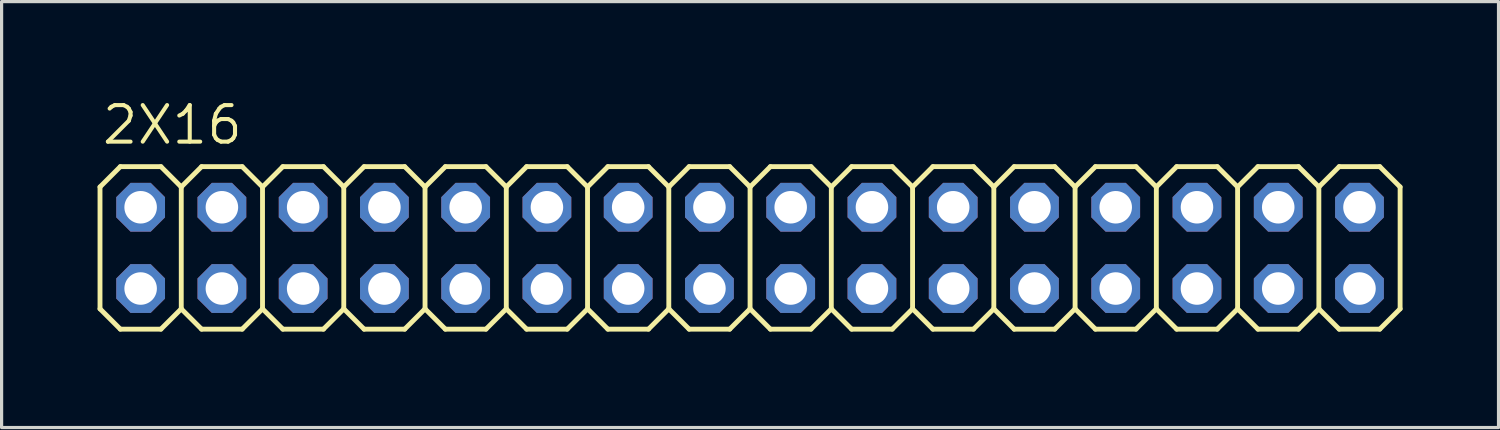
<source format=kicad_pcb>
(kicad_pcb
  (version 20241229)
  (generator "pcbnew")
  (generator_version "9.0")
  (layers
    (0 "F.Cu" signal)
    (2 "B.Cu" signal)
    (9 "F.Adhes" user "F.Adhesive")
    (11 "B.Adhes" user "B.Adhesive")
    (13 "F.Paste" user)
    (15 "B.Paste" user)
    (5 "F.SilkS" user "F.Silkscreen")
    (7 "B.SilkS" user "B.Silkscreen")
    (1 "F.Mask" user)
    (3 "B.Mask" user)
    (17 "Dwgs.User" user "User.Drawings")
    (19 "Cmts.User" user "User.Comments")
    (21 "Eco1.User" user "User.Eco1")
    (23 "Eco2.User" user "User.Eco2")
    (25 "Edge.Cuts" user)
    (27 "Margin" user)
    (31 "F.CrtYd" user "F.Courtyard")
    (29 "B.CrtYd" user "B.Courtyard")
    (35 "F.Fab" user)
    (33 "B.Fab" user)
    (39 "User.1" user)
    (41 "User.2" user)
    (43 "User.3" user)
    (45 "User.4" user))
  (footprint "2X16"
    (layer "F.Cu")
    (at 20.396 4.699)
    (property "Reference" "2X16" (at -20.32 -3.175 0) (layer "F.SilkS") (effects (font (size 1.143 1.143) (thickness 0.127)) (justify left bottom)))
    (fp_line (start -20.32 -1.905) (end -19.685 -2.54) (stroke (width 0.152) (type solid)) (layer "F.SilkS"))
    (fp_line (start -20.32 1.905) (end -20.32 -1.905) (stroke (width 0.152) (type solid)) (layer "F.SilkS"))
    (fp_line (start -20.32 1.905) (end -19.685 2.54) (stroke (width 0.152) (type solid)) (layer "F.SilkS"))
    (fp_line (start -19.685 -2.54) (end -18.415 -2.54) (stroke (width 0.152) (type solid)) (layer "F.SilkS"))
    (fp_line (start -19.685 2.54) (end -18.415 2.54) (stroke (width 0.152) (type solid)) (layer "F.SilkS"))
    (fp_line (start -18.415 -2.54) (end -17.78 -1.905) (stroke (width 0.152) (type solid)) (layer "F.SilkS"))
    (fp_line (start -18.415 2.54) (end -17.78 1.905) (stroke (width 0.152) (type solid)) (layer "F.SilkS"))
    (fp_line (start -17.78 -1.905) (end -17.78 1.905) (stroke (width 0.152) (type solid)) (layer "F.SilkS"))
    (fp_line (start -17.78 -1.905) (end -17.145 -2.54) (stroke (width 0.152) (type solid)) (layer "F.SilkS"))
    (fp_line (start -17.78 1.905) (end -17.145 2.54) (stroke (width 0.152) (type solid)) (layer "F.SilkS"))
    (fp_line (start -17.145 -2.54) (end -15.875 -2.54) (stroke (width 0.152) (type solid)) (layer "F.SilkS"))
    (fp_line (start -17.145 2.54) (end -15.875 2.54) (stroke (width 0.152) (type solid)) (layer "F.SilkS"))
    (fp_line (start -15.875 -2.54) (end -15.24 -1.905) (stroke (width 0.152) (type solid)) (layer "F.SilkS"))
    (fp_line (start -15.875 2.54) (end -15.24 1.905) (stroke (width 0.152) (type solid)) (layer "F.SilkS"))
    (fp_line (start -15.24 -1.905) (end -15.24 1.905) (stroke (width 0.152) (type solid)) (layer "F.SilkS"))
    (fp_line (start -15.24 -1.905) (end -14.605 -2.54) (stroke (width 0.152) (type solid)) (layer "F.SilkS"))
    (fp_line (start -15.24 1.905) (end -14.605 2.54) (stroke (width 0.152) (type solid)) (layer "F.SilkS"))
    (fp_line (start -14.605 -2.54) (end -13.335 -2.54) (stroke (width 0.152) (type solid)) (layer "F.SilkS"))
    (fp_line (start -14.605 2.54) (end -13.335 2.54) (stroke (width 0.152) (type solid)) (layer "F.SilkS"))
    (fp_line (start -13.335 -2.54) (end -12.7 -1.905) (stroke (width 0.152) (type solid)) (layer "F.SilkS"))
    (fp_line (start -13.335 2.54) (end -12.7 1.905) (stroke (width 0.152) (type solid)) (layer "F.SilkS"))
    (fp_line (start -12.7 -1.905) (end -12.7 1.905) (stroke (width 0.152) (type solid)) (layer "F.SilkS"))
    (fp_line (start -12.7 -1.905) (end -12.065 -2.54) (stroke (width 0.152) (type solid)) (layer "F.SilkS"))
    (fp_line (start -12.7 1.905) (end -12.065 2.54) (stroke (width 0.152) (type solid)) (layer "F.SilkS"))
    (fp_line (start -12.065 -2.54) (end -10.795 -2.54) (stroke (width 0.152) (type solid)) (layer "F.SilkS"))
    (fp_line (start -12.065 2.54) (end -10.795 2.54) (stroke (width 0.152) (type solid)) (layer "F.SilkS"))
    (fp_line (start -10.795 -2.54) (end -10.16 -1.905) (stroke (width 0.152) (type solid)) (layer "F.SilkS"))
    (fp_line (start -10.795 2.54) (end -10.16 1.905) (stroke (width 0.152) (type solid)) (layer "F.SilkS"))
    (fp_line (start -10.16 -1.905) (end -10.16 1.905) (stroke (width 0.152) (type solid)) (layer "F.SilkS"))
    (fp_line (start -10.16 -1.905) (end -9.525 -2.54) (stroke (width 0.152) (type solid)) (layer "F.SilkS"))
    (fp_line (start -10.16 1.905) (end -9.525 2.54) (stroke (width 0.152) (type solid)) (layer "F.SilkS"))
    (fp_line (start -9.525 -2.54) (end -8.255 -2.54) (stroke (width 0.152) (type solid)) (layer "F.SilkS"))
    (fp_line (start -9.525 2.54) (end -8.255 2.54) (stroke (width 0.152) (type solid)) (layer "F.SilkS"))
    (fp_line (start -8.255 -2.54) (end -7.62 -1.905) (stroke (width 0.152) (type solid)) (layer "F.SilkS"))
    (fp_line (start -8.255 2.54) (end -7.62 1.905) (stroke (width 0.152) (type solid)) (layer "F.SilkS"))
    (fp_line (start -7.62 -1.905) (end -7.62 1.905) (stroke (width 0.152) (type solid)) (layer "F.SilkS"))
    (fp_line (start -7.62 -1.905) (end -6.985 -2.54) (stroke (width 0.152) (type solid)) (layer "F.SilkS"))
    (fp_line (start -7.62 1.905) (end -6.985 2.54) (stroke (width 0.152) (type solid)) (layer "F.SilkS"))
    (fp_line (start -6.985 -2.54) (end -5.715 -2.54) (stroke (width 0.152) (type solid)) (layer "F.SilkS"))
    (fp_line (start -6.985 2.54) (end -5.715 2.54) (stroke (width 0.152) (type solid)) (layer "F.SilkS"))
    (fp_line (start -5.715 -2.54) (end -5.08 -1.905) (stroke (width 0.152) (type solid)) (layer "F.SilkS"))
    (fp_line (start -5.715 2.54) (end -5.08 1.905) (stroke (width 0.152) (type solid)) (layer "F.SilkS"))
    (fp_line (start -5.08 -1.905) (end -5.08 1.905) (stroke (width 0.152) (type solid)) (layer "F.SilkS"))
    (fp_line (start -5.08 -1.905) (end -4.445 -2.54) (stroke (width 0.152) (type solid)) (layer "F.SilkS"))
    (fp_line (start -5.08 1.905) (end -4.445 2.54) (stroke (width 0.152) (type solid)) (layer "F.SilkS"))
    (fp_line (start -4.445 -2.54) (end -3.175 -2.54) (stroke (width 0.152) (type solid)) (layer "F.SilkS"))
    (fp_line (start -3.175 -2.54) (end -2.54 -1.905) (stroke (width 0.152) (type solid)) (layer "F.SilkS"))
    (fp_line (start -3.175 2.54) (end -4.445 2.54) (stroke (width 0.152) (type solid)) (layer "F.SilkS"))
    (fp_line (start -2.54 -1.905) (end -2.54 1.905) (stroke (width 0.152) (type solid)) (layer "F.SilkS"))
    (fp_line (start -2.54 -1.905) (end -1.905 -2.54) (stroke (width 0.152) (type solid)) (layer "F.SilkS"))
    (fp_line (start -2.54 1.905) (end -3.175 2.54) (stroke (width 0.152) (type solid)) (layer "F.SilkS"))
    (fp_line (start -2.54 1.905) (end -1.905 2.54) (stroke (width 0.152) (type solid)) (layer "F.SilkS"))
    (fp_line (start -1.905 -2.54) (end -0.635 -2.54) (stroke (width 0.152) (type solid)) (layer "F.SilkS"))
    (fp_line (start -0.635 -2.54) (end 0 -1.905) (stroke (width 0.152) (type solid)) (layer "F.SilkS"))
    (fp_line (start -0.635 2.54) (end -1.905 2.54) (stroke (width 0.152) (type solid)) (layer "F.SilkS"))
    (fp_line (start 0 -1.905) (end 0 1.905) (stroke (width 0.152) (type solid)) (layer "F.SilkS"))
    (fp_line (start 0 -1.905) (end 0.635 -2.54) (stroke (width 0.152) (type solid)) (layer "F.SilkS"))
    (fp_line (start 0 1.905) (end -0.635 2.54) (stroke (width 0.152) (type solid)) (layer "F.SilkS"))
    (fp_line (start 0 1.905) (end 0.635 2.54) (stroke (width 0.152) (type solid)) (layer "F.SilkS"))
    (fp_line (start 0.635 -2.54) (end 1.905 -2.54) (stroke (width 0.152) (type solid)) (layer "F.SilkS"))
    (fp_line (start 1.905 -2.54) (end 2.54 -1.905) (stroke (width 0.152) (type solid)) (layer "F.SilkS"))
    (fp_line (start 1.905 2.54) (end 0.635 2.54) (stroke (width 0.152) (type solid)) (layer "F.SilkS"))
    (fp_line (start 2.54 -1.905) (end 2.54 1.905) (stroke (width 0.152) (type solid)) (layer "F.SilkS"))
    (fp_line (start 2.54 -1.905) (end 3.175 -2.54) (stroke (width 0.152) (type solid)) (layer "F.SilkS"))
    (fp_line (start 2.54 1.905) (end 1.905 2.54) (stroke (width 0.152) (type solid)) (layer "F.SilkS"))
    (fp_line (start 2.54 1.905) (end 3.175 2.54) (stroke (width 0.152) (type solid)) (layer "F.SilkS"))
    (fp_line (start 3.175 -2.54) (end 4.445 -2.54) (stroke (width 0.152) (type solid)) (layer "F.SilkS"))
    (fp_line (start 4.445 -2.54) (end 5.08 -1.905) (stroke (width 0.152) (type solid)) (layer "F.SilkS"))
    (fp_line (start 4.445 2.54) (end 3.175 2.54) (stroke (width 0.152) (type solid)) (layer "F.SilkS"))
    (fp_line (start 5.08 -1.905) (end 5.08 1.905) (stroke (width 0.152) (type solid)) (layer "F.SilkS"))
    (fp_line (start 5.08 -1.905) (end 5.715 -2.54) (stroke (width 0.152) (type solid)) (layer "F.SilkS"))
    (fp_line (start 5.08 1.905) (end 4.445 2.54) (stroke (width 0.152) (type solid)) (layer "F.SilkS"))
    (fp_line (start 5.08 1.905) (end 5.715 2.54) (stroke (width 0.152) (type solid)) (layer "F.SilkS"))
    (fp_line (start 5.715 -2.54) (end 6.985 -2.54) (stroke (width 0.152) (type solid)) (layer "F.SilkS"))
    (fp_line (start 6.985 -2.54) (end 7.62 -1.905) (stroke (width 0.152) (type solid)) (layer "F.SilkS"))
    (fp_line (start 6.985 2.54) (end 5.715 2.54) (stroke (width 0.152) (type solid)) (layer "F.SilkS"))
    (fp_line (start 7.62 -1.905) (end 7.62 1.905) (stroke (width 0.152) (type solid)) (layer "F.SilkS"))
    (fp_line (start 7.62 -1.905) (end 8.255 -2.54) (stroke (width 0.152) (type solid)) (layer "F.SilkS"))
    (fp_line (start 7.62 1.905) (end 6.985 2.54) (stroke (width 0.152) (type solid)) (layer "F.SilkS"))
    (fp_line (start 7.62 1.905) (end 8.255 2.54) (stroke (width 0.152) (type solid)) (layer "F.SilkS"))
    (fp_line (start 8.255 -2.54) (end 9.525 -2.54) (stroke (width 0.152) (type solid)) (layer "F.SilkS"))
    (fp_line (start 9.525 2.54) (end 8.255 2.54) (stroke (width 0.152) (type solid)) (layer "F.SilkS"))
    (fp_line (start 10.16 -1.905) (end 9.525 -2.54) (stroke (width 0.152) (type solid)) (layer "F.SilkS"))
    (fp_line (start 10.16 -1.905) (end 10.16 1.905) (stroke (width 0.152) (type solid)) (layer "F.SilkS"))
    (fp_line (start 10.16 -1.905) (end 10.795 -2.54) (stroke (width 0.152) (type solid)) (layer "F.SilkS"))
    (fp_line (start 10.16 1.905) (end 9.525 2.54) (stroke (width 0.152) (type solid)) (layer "F.SilkS"))
    (fp_line (start 10.16 1.905) (end 10.795 2.54) (stroke (width 0.152) (type solid)) (layer "F.SilkS"))
    (fp_line (start 12.065 -2.54) (end 10.795 -2.54) (stroke (width 0.152) (type solid)) (layer "F.SilkS"))
    (fp_line (start 12.065 -2.54) (end 12.7 -1.905) (stroke (width 0.152) (type solid)) (layer "F.SilkS"))
    (fp_line (start 12.065 2.54) (end 10.795 2.54) (stroke (width 0.152) (type solid)) (layer "F.SilkS"))
    (fp_line (start 12.7 -1.905) (end 12.7 1.905) (stroke (width 0.152) (type solid)) (layer "F.SilkS"))
    (fp_line (start 12.7 -1.905) (end 13.335 -2.54) (stroke (width 0.152) (type solid)) (layer "F.SilkS"))
    (fp_line (start 12.7 1.905) (end 12.065 2.54) (stroke (width 0.152) (type solid)) (layer "F.SilkS"))
    (fp_line (start 12.7 1.905) (end 13.335 2.54) (stroke (width 0.152) (type solid)) (layer "F.SilkS"))
    (fp_line (start 14.605 -2.54) (end 13.335 -2.54) (stroke (width 0.152) (type solid)) (layer "F.SilkS"))
    (fp_line (start 14.605 -2.54) (end 15.24 -1.905) (stroke (width 0.152) (type solid)) (layer "F.SilkS"))
    (fp_line (start 14.605 2.54) (end 13.335 2.54) (stroke (width 0.152) (type solid)) (layer "F.SilkS"))
    (fp_line (start 15.24 -1.905) (end 15.24 1.905) (stroke (width 0.152) (type solid)) (layer "F.SilkS"))
    (fp_line (start 15.24 -1.905) (end 15.875 -2.54) (stroke (width 0.152) (type solid)) (layer "F.SilkS"))
    (fp_line (start 15.24 1.905) (end 14.605 2.54) (stroke (width 0.152) (type solid)) (layer "F.SilkS"))
    (fp_line (start 15.875 2.54) (end 15.24 1.905) (stroke (width 0.152) (type solid)) (layer "F.SilkS"))
    (fp_line (start 15.875 2.54) (end 17.145 2.54) (stroke (width 0.152) (type solid)) (layer "F.SilkS"))
    (fp_line (start 17.145 -2.54) (end 15.875 -2.54) (stroke (width 0.152) (type solid)) (layer "F.SilkS"))
    (fp_line (start 17.145 -2.54) (end 17.78 -1.905) (stroke (width 0.152) (type solid)) (layer "F.SilkS"))
    (fp_line (start 17.78 -1.905) (end 17.78 1.905) (stroke (width 0.152) (type solid)) (layer "F.SilkS"))
    (fp_line (start 17.78 -1.905) (end 18.415 -2.54) (stroke (width 0.152) (type solid)) (layer "F.SilkS"))
    (fp_line (start 17.78 1.905) (end 17.145 2.54) (stroke (width 0.152) (type solid)) (layer "F.SilkS"))
    (fp_line (start 18.415 2.54) (end 17.78 1.905) (stroke (width 0.152) (type solid)) (layer "F.SilkS"))
    (fp_line (start 18.415 2.54) (end 19.685 2.54) (stroke (width 0.152) (type solid)) (layer "F.SilkS"))
    (fp_line (start 19.685 -2.54) (end 18.415 -2.54) (stroke (width 0.152) (type solid)) (layer "F.SilkS"))
    (fp_line (start 19.685 -2.54) (end 20.32 -1.905) (stroke (width 0.152) (type solid)) (layer "F.SilkS"))
    (fp_line (start 20.32 -1.905) (end 20.32 1.905) (stroke (width 0.152) (type solid)) (layer "F.SilkS"))
    (fp_line (start 20.32 1.905) (end 19.685 2.54) (stroke (width 0.152) (type solid)) (layer "F.SilkS"))
    (fp_poly (pts (xy -19.304 -1.016) (xy -18.796 -1.016) (xy -18.796 -1.524) (xy -19.304 -1.524)) (stroke (width 0.1) (type solid)) (fill no) (layer "F.Fab"))
    (fp_poly (pts (xy -19.304 1.524) (xy -18.796 1.524) (xy -18.796 1.016) (xy -19.304 1.016)) (stroke (width 0.1) (type solid)) (fill no) (layer "F.Fab"))
    (fp_poly (pts (xy -16.764 -1.016) (xy -16.256 -1.016) (xy -16.256 -1.524) (xy -16.764 -1.524)) (stroke (width 0.1) (type solid)) (fill no) (layer "F.Fab"))
    (fp_poly (pts (xy -16.764 1.524) (xy -16.256 1.524) (xy -16.256 1.016) (xy -16.764 1.016)) (stroke (width 0.1) (type solid)) (fill no) (layer "F.Fab"))
    (fp_poly (pts (xy -14.224 -1.016) (xy -13.716 -1.016) (xy -13.716 -1.524) (xy -14.224 -1.524)) (stroke (width 0.1) (type solid)) (fill no) (layer "F.Fab"))
    (fp_poly (pts (xy -14.224 1.524) (xy -13.716 1.524) (xy -13.716 1.016) (xy -14.224 1.016)) (stroke (width 0.1) (type solid)) (fill no) (layer "F.Fab"))
    (fp_poly (pts (xy -11.684 -1.016) (xy -11.176 -1.016) (xy -11.176 -1.524) (xy -11.684 -1.524)) (stroke (width 0.1) (type solid)) (fill no) (layer "F.Fab"))
    (fp_poly (pts (xy -11.684 1.524) (xy -11.176 1.524) (xy -11.176 1.016) (xy -11.684 1.016)) (stroke (width 0.1) (type solid)) (fill no) (layer "F.Fab"))
    (fp_poly (pts (xy -9.144 -1.016) (xy -8.636 -1.016) (xy -8.636 -1.524) (xy -9.144 -1.524)) (stroke (width 0.1) (type solid)) (fill no) (layer "F.Fab"))
    (fp_poly (pts (xy -9.144 1.524) (xy -8.636 1.524) (xy -8.636 1.016) (xy -9.144 1.016)) (stroke (width 0.1) (type solid)) (fill no) (layer "F.Fab"))
    (fp_poly (pts (xy -6.604 -1.016) (xy -6.096 -1.016) (xy -6.096 -1.524) (xy -6.604 -1.524)) (stroke (width 0.1) (type solid)) (fill no) (layer "F.Fab"))
    (fp_poly (pts (xy -6.604 1.524) (xy -6.096 1.524) (xy -6.096 1.016) (xy -6.604 1.016)) (stroke (width 0.1) (type solid)) (fill no) (layer "F.Fab"))
    (fp_poly (pts (xy -4.064 -1.016) (xy -3.556 -1.016) (xy -3.556 -1.524) (xy -4.064 -1.524)) (stroke (width 0.1) (type solid)) (fill no) (layer "F.Fab"))
    (fp_poly (pts (xy -4.064 1.524) (xy -3.556 1.524) (xy -3.556 1.016) (xy -4.064 1.016)) (stroke (width 0.1) (type solid)) (fill no) (layer "F.Fab"))
    (fp_poly (pts (xy -1.524 -1.016) (xy -1.016 -1.016) (xy -1.016 -1.524) (xy -1.524 -1.524)) (stroke (width 0.1) (type solid)) (fill no) (layer "F.Fab"))
    (fp_poly (pts (xy -1.524 1.524) (xy -1.016 1.524) (xy -1.016 1.016) (xy -1.524 1.016)) (stroke (width 0.1) (type solid)) (fill no) (layer "F.Fab"))
    (fp_poly (pts (xy 1.016 -1.016) (xy 1.524 -1.016) (xy 1.524 -1.524) (xy 1.016 -1.524)) (stroke (width 0.1) (type solid)) (fill no) (layer "F.Fab"))
    (fp_poly (pts (xy 1.016 1.524) (xy 1.524 1.524) (xy 1.524 1.016) (xy 1.016 1.016)) (stroke (width 0.1) (type solid)) (fill no) (layer "F.Fab"))
    (fp_poly (pts (xy 3.556 -1.016) (xy 4.064 -1.016) (xy 4.064 -1.524) (xy 3.556 -1.524)) (stroke (width 0.1) (type solid)) (fill no) (layer "F.Fab"))
    (fp_poly (pts (xy 3.556 1.524) (xy 4.064 1.524) (xy 4.064 1.016) (xy 3.556 1.016)) (stroke (width 0.1) (type solid)) (fill no) (layer "F.Fab"))
    (fp_poly (pts (xy 6.096 -1.016) (xy 6.604 -1.016) (xy 6.604 -1.524) (xy 6.096 -1.524)) (stroke (width 0.1) (type solid)) (fill no) (layer "F.Fab"))
    (fp_poly (pts (xy 6.096 1.524) (xy 6.604 1.524) (xy 6.604 1.016) (xy 6.096 1.016)) (stroke (width 0.1) (type solid)) (fill no) (layer "F.Fab"))
    (fp_poly (pts (xy 8.636 -1.016) (xy 9.144 -1.016) (xy 9.144 -1.524) (xy 8.636 -1.524)) (stroke (width 0.1) (type solid)) (fill no) (layer "F.Fab"))
    (fp_poly (pts (xy 8.636 1.524) (xy 9.144 1.524) (xy 9.144 1.016) (xy 8.636 1.016)) (stroke (width 0.1) (type solid)) (fill no) (layer "F.Fab"))
    (fp_poly (pts (xy 11.176 -1.016) (xy 11.684 -1.016) (xy 11.684 -1.524) (xy 11.176 -1.524)) (stroke (width 0.1) (type solid)) (fill no) (layer "F.Fab"))
    (fp_poly (pts (xy 11.176 1.524) (xy 11.684 1.524) (xy 11.684 1.016) (xy 11.176 1.016)) (stroke (width 0.1) (type solid)) (fill no) (layer "F.Fab"))
    (fp_poly (pts (xy 13.716 -1.016) (xy 14.224 -1.016) (xy 14.224 -1.524) (xy 13.716 -1.524)) (stroke (width 0.1) (type solid)) (fill no) (layer "F.Fab"))
    (fp_poly (pts (xy 13.716 1.524) (xy 14.224 1.524) (xy 14.224 1.016) (xy 13.716 1.016)) (stroke (width 0.1) (type solid)) (fill no) (layer "F.Fab"))
    (fp_poly (pts (xy 16.256 -1.016) (xy 16.764 -1.016) (xy 16.764 -1.524) (xy 16.256 -1.524)) (stroke (width 0.1) (type solid)) (fill no) (layer "F.Fab"))
    (fp_poly (pts (xy 16.256 1.524) (xy 16.764 1.524) (xy 16.764 1.016) (xy 16.256 1.016)) (stroke (width 0.1) (type solid)) (fill no) (layer "F.Fab"))
    (fp_poly (pts (xy 18.796 -1.016) (xy 19.304 -1.016) (xy 19.304 -1.524) (xy 18.796 -1.524)) (stroke (width 0.1) (type solid)) (fill no) (layer "F.Fab"))
    (fp_poly (pts (xy 18.796 1.524) (xy 19.304 1.524) (xy 19.304 1.016) (xy 18.796 1.016)) (stroke (width 0.1) (type solid)) (fill no) (layer "F.Fab"))
    (pad "1" thru_hole roundrect (at -19.05 1.27) (size 1.524 1.524) (drill 1.016) (layers "*.Cu" "*.Mask") (roundrect_rratio 0.25) (chamfer_ratio 0.293) (chamfer top_left top_right bottom_left bottom_right))
    (pad "2" thru_hole roundrect (at -19.05 -1.27) (size 1.524 1.524) (drill 1.016) (layers "*.Cu" "*.Mask") (roundrect_rratio 0.25) (chamfer_ratio 0.293) (chamfer top_left top_right bottom_left bottom_right))
    (pad "3" thru_hole roundrect (at -16.51 1.27) (size 1.524 1.524) (drill 1.016) (layers "*.Cu" "*.Mask") (roundrect_rratio 0.25) (chamfer_ratio 0.293) (chamfer top_left top_right bottom_left bottom_right))
    (pad "4" thru_hole roundrect (at -16.51 -1.27) (size 1.524 1.524) (drill 1.016) (layers "*.Cu" "*.Mask") (roundrect_rratio 0.25) (chamfer_ratio 0.293) (chamfer top_left top_right bottom_left bottom_right))
    (pad "5" thru_hole roundrect (at -13.97 1.27) (size 1.524 1.524) (drill 1.016) (layers "*.Cu" "*.Mask") (roundrect_rratio 0.25) (chamfer_ratio 0.293) (chamfer top_left top_right bottom_left bottom_right))
    (pad "6" thru_hole roundrect (at -13.97 -1.27) (size 1.524 1.524) (drill 1.016) (layers "*.Cu" "*.Mask") (roundrect_rratio 0.25) (chamfer_ratio 0.293) (chamfer top_left top_right bottom_left bottom_right))
    (pad "7" thru_hole roundrect (at -11.43 1.27) (size 1.524 1.524) (drill 1.016) (layers "*.Cu" "*.Mask") (roundrect_rratio 0.25) (chamfer_ratio 0.293) (chamfer top_left top_right bottom_left bottom_right))
    (pad "8" thru_hole roundrect (at -11.43 -1.27) (size 1.524 1.524) (drill 1.016) (layers "*.Cu" "*.Mask") (roundrect_rratio 0.25) (chamfer_ratio 0.293) (chamfer top_left top_right bottom_left bottom_right))
    (pad "9" thru_hole roundrect (at -8.89 1.27) (size 1.524 1.524) (drill 1.016) (layers "*.Cu" "*.Mask") (roundrect_rratio 0.25) (chamfer_ratio 0.293) (chamfer top_left top_right bottom_left bottom_right))
    (pad "10" thru_hole roundrect (at -8.89 -1.27) (size 1.524 1.524) (drill 1.016) (layers "*.Cu" "*.Mask") (roundrect_rratio 0.25) (chamfer_ratio 0.293) (chamfer top_left top_right bottom_left bottom_right))
    (pad "11" thru_hole roundrect (at -6.35 1.27) (size 1.524 1.524) (drill 1.016) (layers "*.Cu" "*.Mask") (roundrect_rratio 0.25) (chamfer_ratio 0.293) (chamfer top_left top_right bottom_left bottom_right))
    (pad "12" thru_hole roundrect (at -6.35 -1.27) (size 1.524 1.524) (drill 1.016) (layers "*.Cu" "*.Mask") (roundrect_rratio 0.25) (chamfer_ratio 0.293) (chamfer top_left top_right bottom_left bottom_right))
    (pad "13" thru_hole roundrect (at -3.81 1.27) (size 1.524 1.524) (drill 1.016) (layers "*.Cu" "*.Mask") (roundrect_rratio 0.25) (chamfer_ratio 0.293) (chamfer top_left top_right bottom_left bottom_right))
    (pad "14" thru_hole roundrect (at -3.81 -1.27) (size 1.524 1.524) (drill 1.016) (layers "*.Cu" "*.Mask") (roundrect_rratio 0.25) (chamfer_ratio 0.293) (chamfer top_left top_right bottom_left bottom_right))
    (pad "15" thru_hole roundrect (at -1.27 1.27) (size 1.524 1.524) (drill 1.016) (layers "*.Cu" "*.Mask") (roundrect_rratio 0.25) (chamfer_ratio 0.293) (chamfer top_left top_right bottom_left bottom_right))
    (pad "16" thru_hole roundrect (at -1.27 -1.27) (size 1.524 1.524) (drill 1.016) (layers "*.Cu" "*.Mask") (roundrect_rratio 0.25) (chamfer_ratio 0.293) (chamfer top_left top_right bottom_left bottom_right))
    (pad "17" thru_hole roundrect (at 1.27 1.27) (size 1.524 1.524) (drill 1.016) (layers "*.Cu" "*.Mask") (roundrect_rratio 0.25) (chamfer_ratio 0.293) (chamfer top_left top_right bottom_left bottom_right))
    (pad "18" thru_hole roundrect (at 1.27 -1.27) (size 1.524 1.524) (drill 1.016) (layers "*.Cu" "*.Mask") (roundrect_rratio 0.25) (chamfer_ratio 0.293) (chamfer top_left top_right bottom_left bottom_right))
    (pad "19" thru_hole roundrect (at 3.81 1.27) (size 1.524 1.524) (drill 1.016) (layers "*.Cu" "*.Mask") (roundrect_rratio 0.25) (chamfer_ratio 0.293) (chamfer top_left top_right bottom_left bottom_right))
    (pad "20" thru_hole roundrect (at 3.81 -1.27) (size 1.524 1.524) (drill 1.016) (layers "*.Cu" "*.Mask") (roundrect_rratio 0.25) (chamfer_ratio 0.293) (chamfer top_left top_right bottom_left bottom_right))
    (pad "21" thru_hole roundrect (at 6.35 1.27) (size 1.524 1.524) (drill 1.016) (layers "*.Cu" "*.Mask") (roundrect_rratio 0.25) (chamfer_ratio 0.293) (chamfer top_left top_right bottom_left bottom_right))
    (pad "22" thru_hole roundrect (at 6.35 -1.27) (size 1.524 1.524) (drill 1.016) (layers "*.Cu" "*.Mask") (roundrect_rratio 0.25) (chamfer_ratio 0.293) (chamfer top_left top_right bottom_left bottom_right))
    (pad "23" thru_hole roundrect (at 8.89 1.27) (size 1.524 1.524) (drill 1.016) (layers "*.Cu" "*.Mask") (roundrect_rratio 0.25) (chamfer_ratio 0.293) (chamfer top_left top_right bottom_left bottom_right))
    (pad "24" thru_hole roundrect (at 8.89 -1.27) (size 1.524 1.524) (drill 1.016) (layers "*.Cu" "*.Mask") (roundrect_rratio 0.25) (chamfer_ratio 0.293) (chamfer top_left top_right bottom_left bottom_right))
    (pad "25" thru_hole roundrect (at 11.43 1.27) (size 1.524 1.524) (drill 1.016) (layers "*.Cu" "*.Mask") (roundrect_rratio 0.25) (chamfer_ratio 0.293) (chamfer top_left top_right bottom_left bottom_right))
    (pad "26" thru_hole roundrect (at 11.43 -1.27) (size 1.524 1.524) (drill 1.016) (layers "*.Cu" "*.Mask") (roundrect_rratio 0.25) (chamfer_ratio 0.293) (chamfer top_left top_right bottom_left bottom_right))
    (pad "27" thru_hole roundrect (at 13.97 1.27) (size 1.524 1.524) (drill 1.016) (layers "*.Cu" "*.Mask") (roundrect_rratio 0.25) (chamfer_ratio 0.293) (chamfer top_left top_right bottom_left bottom_right))
    (pad "28" thru_hole roundrect (at 13.97 -1.27) (size 1.524 1.524) (drill 1.016) (layers "*.Cu" "*.Mask") (roundrect_rratio 0.25) (chamfer_ratio 0.293) (chamfer top_left top_right bottom_left bottom_right))
    (pad "29" thru_hole roundrect (at 16.51 1.27) (size 1.524 1.524) (drill 1.016) (layers "*.Cu" "*.Mask") (roundrect_rratio 0.25) (chamfer_ratio 0.293) (chamfer top_left top_right bottom_left bottom_right))
    (pad "30" thru_hole roundrect (at 16.51 -1.27) (size 1.524 1.524) (drill 1.016) (layers "*.Cu" "*.Mask") (roundrect_rratio 0.25) (chamfer_ratio 0.293) (chamfer top_left top_right bottom_left bottom_right))
    (pad "31" thru_hole roundrect (at 19.05 1.27) (size 1.524 1.524) (drill 1.016) (layers "*.Cu" "*.Mask") (roundrect_rratio 0.25) (chamfer_ratio 0.293) (chamfer top_left top_right bottom_left bottom_right))
    (pad "32" thru_hole roundrect (at 19.05 -1.27) (size 1.524 1.524) (drill 1.016) (layers "*.Cu" "*.Mask") (roundrect_rratio 0.25) (chamfer_ratio 0.293) (chamfer top_left top_right bottom_left bottom_right)))
  (gr_rect
    (start -3 -3)
    (end 43.792 10.315)
    (stroke (width 0.1) (type default))
    (fill no)
    (layer "Edge.Cuts")))
</source>
